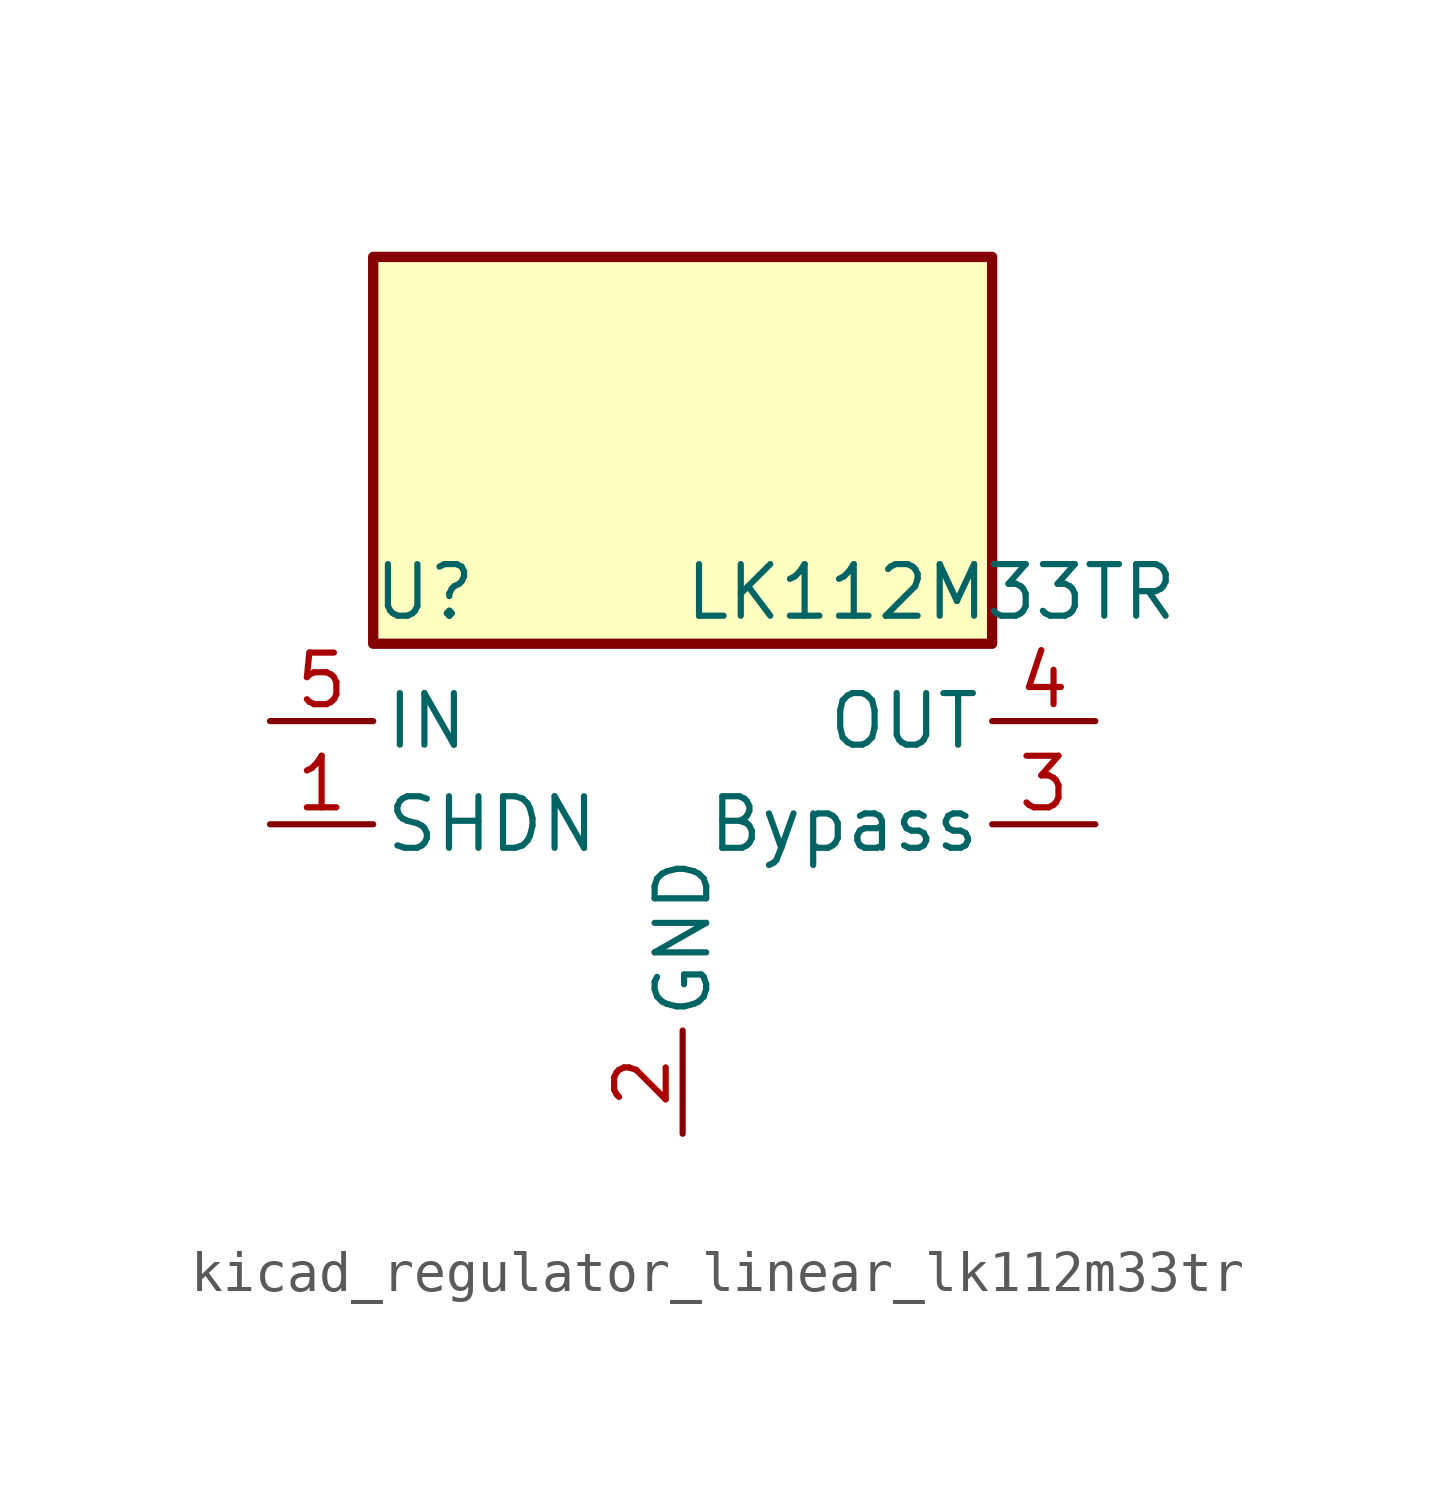
<source format=kicad_sym>
(kicad_symbol_lib
  (version 20220914)
  (generator kicad_symbol_editor)
  (symbol "kicad_regulator_linear_lk112m33tr"
    (pin_names
      (offset 0.254))
    (property "Reference" "U"
      (at -6.35 5.715 0)
      (effects (font (size 1.27 1.27))))
    (property "Value" "LK112M33TR"
      (at 0 5.715 0)
      (effects (font (size 1.27 1.27)) (justify left)))
    (symbol "kicad_regulator_linear_lk112m33tr_0_1"
      (rectangle (start 7.62 13.97) (end -7.62 4.445) (stroke (width 0.254) (type default)) (fill (type background))))
    (symbol "kicad_regulator_linear_lk112m33tr_1_1"
      (pin input line (at -10.16 0 0) (length 2.54) (name "SHDN" (effects (font (size 1.27 1.27)))) (number "1" (effects (font (size 1.27 1.27)))))
      (pin power_in line (at 0 -7.62 90) (length 2.54) (name "GND" (effects (font (size 1.27 1.27)))) (number "2" (effects (font (size 1.27 1.27)))))
      (pin passive line (at 10.16 0 180) (length 2.54) (name "Bypass" (effects (font (size 1.27 1.27)))) (number "3" (effects (font (size 1.27 1.27)))))
      (pin power_out line (at 10.16 2.54 180) (length 2.54) (name "OUT" (effects (font (size 1.27 1.27)))) (number "4" (effects (font (size 1.27 1.27)))))
      (pin power_in line (at -10.16 2.54 0) (length 2.54) (name "IN" (effects (font (size 1.27 1.27)))) (number "5" (effects (font (size 1.27 1.27))))))))
</source>
